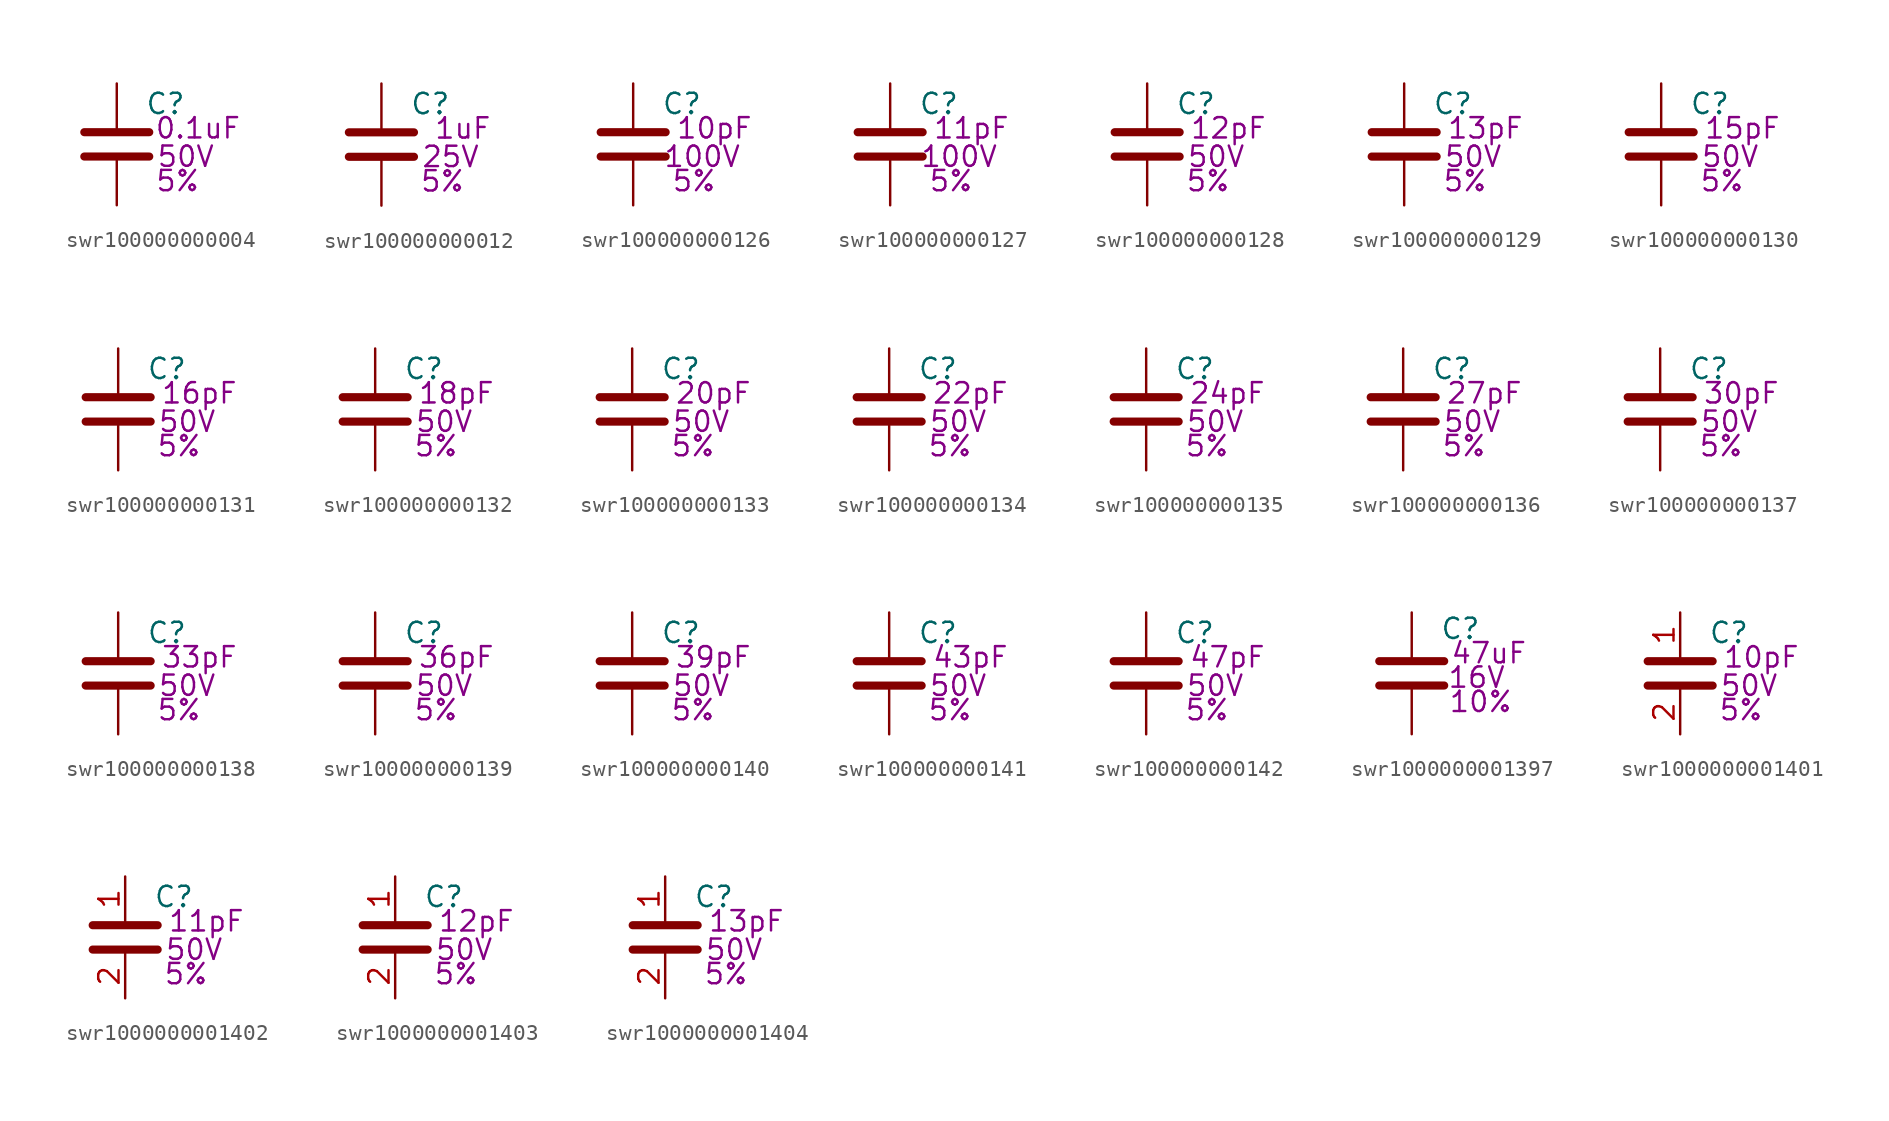
<source format=kicad_sym>
(kicad_symbol_lib
  (version 20220914)
  (generator kicad_symbol_editor)
  (symbol "swr100000000004"
    (pin_numbers hide)
    (pin_names
      (offset 1.016))
    (property "Reference" "C"
      (at 3.048 2.54 0)
      (effects (font (size 1.27 1.27))))
    (property "PartValue" "0.1uF"
      (at 5.08 1.016 0)
      (effects (font (size 1.27 1.27))))
    (property "Voltage" "50V"
      (at 4.318 -0.762 0)
      (effects (font (size 1.27 1.27))))
    (property "Tolerance" "5%"
      (at 3.81 -2.286 0)
      (effects (font (size 1.27 1.27))))
    (symbol "swr100000000004_1_1"
      (polyline (pts (xy -2.032 -0.762) (xy 2.032 -0.762)) (stroke (width 0.508) (type default)) (fill (type none)))
      (polyline (pts (xy -2.032 0.762) (xy 2.032 0.762)) (stroke (width 0.508) (type default)) (fill (type none)))
      (pin passive line (at 0 3.81 270) (length 2.794) (name "~" (effects (font (size 1.27 1.27)))) (number "1" (effects (font (size 1.27 1.27)))))
      (pin passive line (at 0 -3.81 90) (length 2.794) (name "~" (effects (font (size 1.27 1.27)))) (number "2" (effects (font (size 1.27 1.27)))))))
  (symbol "swr100000000012"
    (pin_numbers hide)
    (pin_names
      (offset 1.016))
    (property "Reference" "C"
      (at 3.048 2.54 0)
      (effects (font (size 1.27 1.27))))
    (property "PartValue" "1uF"
      (at 5.08 1.016 0)
      (effects (font (size 1.27 1.27))))
    (property "Voltage" "25V"
      (at 4.318 -0.762 0)
      (effects (font (size 1.27 1.27))))
    (property "Tolerance" "5%"
      (at 3.81 -2.286 0)
      (effects (font (size 1.27 1.27))))
    (symbol "swr100000000012_1_1"
      (polyline (pts (xy -2.032 -0.762) (xy 2.032 -0.762)) (stroke (width 0.508) (type default)) (fill (type none)))
      (polyline (pts (xy -2.032 0.762) (xy 2.032 0.762)) (stroke (width 0.508) (type default)) (fill (type none)))
      (pin passive line (at 0 3.81 270) (length 2.794) (name "~" (effects (font (size 1.27 1.27)))) (number "1" (effects (font (size 1.27 1.27)))))
      (pin passive line (at 0 -3.81 90) (length 2.794) (name "~" (effects (font (size 1.27 1.27)))) (number "2" (effects (font (size 1.27 1.27)))))))
  (symbol "swr100000000126"
    (pin_numbers hide)
    (pin_names
      (offset 1.016))
    (property "Reference" "C"
      (at 3.048 2.54 0)
      (effects (font (size 1.27 1.27))))
    (property "PartValue" "10pF"
      (at 5.08 1.016 0)
      (effects (font (size 1.27 1.27))))
    (property "Voltage" "100V"
      (at 4.318 -0.762 0)
      (effects (font (size 1.27 1.27))))
    (property "Tolerance" "5%"
      (at 3.81 -2.286 0)
      (effects (font (size 1.27 1.27))))
    (symbol "swr100000000126_1_1"
      (polyline (pts (xy -2.032 -0.762) (xy 2.032 -0.762)) (stroke (width 0.508) (type default)) (fill (type none)))
      (polyline (pts (xy -2.032 0.762) (xy 2.032 0.762)) (stroke (width 0.508) (type default)) (fill (type none)))
      (pin passive line (at 0 3.81 270) (length 2.794) (name "~" (effects (font (size 1.27 1.27)))) (number "1" (effects (font (size 1.27 1.27)))))
      (pin passive line (at 0 -3.81 90) (length 2.794) (name "~" (effects (font (size 1.27 1.27)))) (number "2" (effects (font (size 1.27 1.27)))))))
  (symbol "swr100000000127"
    (pin_numbers hide)
    (pin_names
      (offset 1.016))
    (property "Reference" "C"
      (at 3.048 2.54 0)
      (effects (font (size 1.27 1.27))))
    (property "PartValue" "11pF"
      (at 5.08 1.016 0)
      (effects (font (size 1.27 1.27))))
    (property "Voltage" "100V"
      (at 4.318 -0.762 0)
      (effects (font (size 1.27 1.27))))
    (property "Tolerance" "5%"
      (at 3.81 -2.286 0)
      (effects (font (size 1.27 1.27))))
    (symbol "swr100000000127_1_1"
      (polyline (pts (xy -2.032 -0.762) (xy 2.032 -0.762)) (stroke (width 0.508) (type default)) (fill (type none)))
      (polyline (pts (xy -2.032 0.762) (xy 2.032 0.762)) (stroke (width 0.508) (type default)) (fill (type none)))
      (pin passive line (at 0 3.81 270) (length 2.794) (name "~" (effects (font (size 1.27 1.27)))) (number "1" (effects (font (size 1.27 1.27)))))
      (pin passive line (at 0 -3.81 90) (length 2.794) (name "~" (effects (font (size 1.27 1.27)))) (number "2" (effects (font (size 1.27 1.27)))))))
  (symbol "swr100000000128"
    (pin_numbers hide)
    (pin_names
      (offset 1.016))
    (property "Reference" "C"
      (at 3.048 2.54 0)
      (effects (font (size 1.27 1.27))))
    (property "PartValue" "12pF"
      (at 5.08 1.016 0)
      (effects (font (size 1.27 1.27))))
    (property "Voltage" "50V"
      (at 4.318 -0.762 0)
      (effects (font (size 1.27 1.27))))
    (property "Tolerance" "5%"
      (at 3.81 -2.286 0)
      (effects (font (size 1.27 1.27))))
    (symbol "swr100000000128_1_1"
      (polyline (pts (xy -2.032 -0.762) (xy 2.032 -0.762)) (stroke (width 0.508) (type default)) (fill (type none)))
      (polyline (pts (xy -2.032 0.762) (xy 2.032 0.762)) (stroke (width 0.508) (type default)) (fill (type none)))
      (pin passive line (at 0 3.81 270) (length 2.794) (name "~" (effects (font (size 1.27 1.27)))) (number "1" (effects (font (size 1.27 1.27)))))
      (pin passive line (at 0 -3.81 90) (length 2.794) (name "~" (effects (font (size 1.27 1.27)))) (number "2" (effects (font (size 1.27 1.27)))))))
  (symbol "swr100000000129"
    (pin_numbers hide)
    (pin_names
      (offset 1.016))
    (property "Reference" "C"
      (at 3.048 2.54 0)
      (effects (font (size 1.27 1.27))))
    (property "PartValue" "13pF"
      (at 5.08 1.016 0)
      (effects (font (size 1.27 1.27))))
    (property "Voltage" "50V"
      (at 4.318 -0.762 0)
      (effects (font (size 1.27 1.27))))
    (property "Tolerance" "5%"
      (at 3.81 -2.286 0)
      (effects (font (size 1.27 1.27))))
    (symbol "swr100000000129_1_1"
      (polyline (pts (xy -2.032 -0.762) (xy 2.032 -0.762)) (stroke (width 0.508) (type default)) (fill (type none)))
      (polyline (pts (xy -2.032 0.762) (xy 2.032 0.762)) (stroke (width 0.508) (type default)) (fill (type none)))
      (pin passive line (at 0 3.81 270) (length 2.794) (name "~" (effects (font (size 1.27 1.27)))) (number "1" (effects (font (size 1.27 1.27)))))
      (pin passive line (at 0 -3.81 90) (length 2.794) (name "~" (effects (font (size 1.27 1.27)))) (number "2" (effects (font (size 1.27 1.27)))))))
  (symbol "swr100000000130"
    (pin_numbers hide)
    (pin_names
      (offset 1.016))
    (property "Reference" "C"
      (at 3.048 2.54 0)
      (effects (font (size 1.27 1.27))))
    (property "PartValue" "15pF"
      (at 5.08 1.016 0)
      (effects (font (size 1.27 1.27))))
    (property "Voltage" "50V"
      (at 4.318 -0.762 0)
      (effects (font (size 1.27 1.27))))
    (property "Tolerance" "5%"
      (at 3.81 -2.286 0)
      (effects (font (size 1.27 1.27))))
    (symbol "swr100000000130_1_1"
      (polyline (pts (xy -2.032 -0.762) (xy 2.032 -0.762)) (stroke (width 0.508) (type default)) (fill (type none)))
      (polyline (pts (xy -2.032 0.762) (xy 2.032 0.762)) (stroke (width 0.508) (type default)) (fill (type none)))
      (pin passive line (at 0 3.81 270) (length 2.794) (name "~" (effects (font (size 1.27 1.27)))) (number "1" (effects (font (size 1.27 1.27)))))
      (pin passive line (at 0 -3.81 90) (length 2.794) (name "~" (effects (font (size 1.27 1.27)))) (number "2" (effects (font (size 1.27 1.27)))))))
  (symbol "swr100000000131"
    (pin_numbers hide)
    (pin_names
      (offset 1.016))
    (property "Reference" "C"
      (at 3.048 2.54 0)
      (effects (font (size 1.27 1.27))))
    (property "PartValue" "16pF"
      (at 5.08 1.016 0)
      (effects (font (size 1.27 1.27))))
    (property "Voltage" "50V"
      (at 4.318 -0.762 0)
      (effects (font (size 1.27 1.27))))
    (property "Tolerance" "5%"
      (at 3.81 -2.286 0)
      (effects (font (size 1.27 1.27))))
    (symbol "swr100000000131_1_1"
      (polyline (pts (xy -2.032 -0.762) (xy 2.032 -0.762)) (stroke (width 0.508) (type default)) (fill (type none)))
      (polyline (pts (xy -2.032 0.762) (xy 2.032 0.762)) (stroke (width 0.508) (type default)) (fill (type none)))
      (pin passive line (at 0 3.81 270) (length 2.794) (name "~" (effects (font (size 1.27 1.27)))) (number "1" (effects (font (size 1.27 1.27)))))
      (pin passive line (at 0 -3.81 90) (length 2.794) (name "~" (effects (font (size 1.27 1.27)))) (number "2" (effects (font (size 1.27 1.27)))))))
  (symbol "swr100000000132"
    (pin_numbers hide)
    (pin_names
      (offset 1.016))
    (property "Reference" "C"
      (at 3.048 2.54 0)
      (effects (font (size 1.27 1.27))))
    (property "PartValue" "18pF"
      (at 5.08 1.016 0)
      (effects (font (size 1.27 1.27))))
    (property "Voltage" "50V"
      (at 4.318 -0.762 0)
      (effects (font (size 1.27 1.27))))
    (property "Tolerance" "5%"
      (at 3.81 -2.286 0)
      (effects (font (size 1.27 1.27))))
    (symbol "swr100000000132_1_1"
      (polyline (pts (xy -2.032 -0.762) (xy 2.032 -0.762)) (stroke (width 0.508) (type default)) (fill (type none)))
      (polyline (pts (xy -2.032 0.762) (xy 2.032 0.762)) (stroke (width 0.508) (type default)) (fill (type none)))
      (pin passive line (at 0 3.81 270) (length 2.794) (name "~" (effects (font (size 1.27 1.27)))) (number "1" (effects (font (size 1.27 1.27)))))
      (pin passive line (at 0 -3.81 90) (length 2.794) (name "~" (effects (font (size 1.27 1.27)))) (number "2" (effects (font (size 1.27 1.27)))))))
  (symbol "swr100000000133"
    (pin_numbers hide)
    (pin_names
      (offset 1.016))
    (property "Reference" "C"
      (at 3.048 2.54 0)
      (effects (font (size 1.27 1.27))))
    (property "PartValue" "20pF"
      (at 5.08 1.016 0)
      (effects (font (size 1.27 1.27))))
    (property "Voltage" "50V"
      (at 4.318 -0.762 0)
      (effects (font (size 1.27 1.27))))
    (property "Tolerance" "5%"
      (at 3.81 -2.286 0)
      (effects (font (size 1.27 1.27))))
    (symbol "swr100000000133_1_1"
      (polyline (pts (xy -2.032 -0.762) (xy 2.032 -0.762)) (stroke (width 0.508) (type default)) (fill (type none)))
      (polyline (pts (xy -2.032 0.762) (xy 2.032 0.762)) (stroke (width 0.508) (type default)) (fill (type none)))
      (pin passive line (at 0 3.81 270) (length 2.794) (name "~" (effects (font (size 1.27 1.27)))) (number "1" (effects (font (size 1.27 1.27)))))
      (pin passive line (at 0 -3.81 90) (length 2.794) (name "~" (effects (font (size 1.27 1.27)))) (number "2" (effects (font (size 1.27 1.27)))))))
  (symbol "swr100000000134"
    (pin_numbers hide)
    (pin_names
      (offset 1.016))
    (property "Reference" "C"
      (at 3.048 2.54 0)
      (effects (font (size 1.27 1.27))))
    (property "PartValue" "22pF"
      (at 5.08 1.016 0)
      (effects (font (size 1.27 1.27))))
    (property "Voltage" "50V"
      (at 4.318 -0.762 0)
      (effects (font (size 1.27 1.27))))
    (property "Tolerance" "5%"
      (at 3.81 -2.286 0)
      (effects (font (size 1.27 1.27))))
    (symbol "swr100000000134_1_1"
      (polyline (pts (xy -2.032 -0.762) (xy 2.032 -0.762)) (stroke (width 0.508) (type default)) (fill (type none)))
      (polyline (pts (xy -2.032 0.762) (xy 2.032 0.762)) (stroke (width 0.508) (type default)) (fill (type none)))
      (pin passive line (at 0 3.81 270) (length 2.794) (name "~" (effects (font (size 1.27 1.27)))) (number "1" (effects (font (size 1.27 1.27)))))
      (pin passive line (at 0 -3.81 90) (length 2.794) (name "~" (effects (font (size 1.27 1.27)))) (number "2" (effects (font (size 1.27 1.27)))))))
  (symbol "swr100000000135"
    (pin_numbers hide)
    (pin_names
      (offset 1.016))
    (property "Reference" "C"
      (at 3.048 2.54 0)
      (effects (font (size 1.27 1.27))))
    (property "PartValue" "24pF"
      (at 5.08 1.016 0)
      (effects (font (size 1.27 1.27))))
    (property "Voltage" "50V"
      (at 4.318 -0.762 0)
      (effects (font (size 1.27 1.27))))
    (property "Tolerance" "5%"
      (at 3.81 -2.286 0)
      (effects (font (size 1.27 1.27))))
    (symbol "swr100000000135_1_1"
      (polyline (pts (xy -2.032 -0.762) (xy 2.032 -0.762)) (stroke (width 0.508) (type default)) (fill (type none)))
      (polyline (pts (xy -2.032 0.762) (xy 2.032 0.762)) (stroke (width 0.508) (type default)) (fill (type none)))
      (pin passive line (at 0 3.81 270) (length 2.794) (name "~" (effects (font (size 1.27 1.27)))) (number "1" (effects (font (size 1.27 1.27)))))
      (pin passive line (at 0 -3.81 90) (length 2.794) (name "~" (effects (font (size 1.27 1.27)))) (number "2" (effects (font (size 1.27 1.27)))))))
  (symbol "swr100000000136"
    (pin_numbers hide)
    (pin_names
      (offset 1.016))
    (property "Reference" "C"
      (at 3.048 2.54 0)
      (effects (font (size 1.27 1.27))))
    (property "PartValue" "27pF"
      (at 5.08 1.016 0)
      (effects (font (size 1.27 1.27))))
    (property "Voltage" "50V"
      (at 4.318 -0.762 0)
      (effects (font (size 1.27 1.27))))
    (property "Tolerance" "5%"
      (at 3.81 -2.286 0)
      (effects (font (size 1.27 1.27))))
    (symbol "swr100000000136_1_1"
      (polyline (pts (xy -2.032 -0.762) (xy 2.032 -0.762)) (stroke (width 0.508) (type default)) (fill (type none)))
      (polyline (pts (xy -2.032 0.762) (xy 2.032 0.762)) (stroke (width 0.508) (type default)) (fill (type none)))
      (pin passive line (at 0 3.81 270) (length 2.794) (name "~" (effects (font (size 1.27 1.27)))) (number "1" (effects (font (size 1.27 1.27)))))
      (pin passive line (at 0 -3.81 90) (length 2.794) (name "~" (effects (font (size 1.27 1.27)))) (number "2" (effects (font (size 1.27 1.27)))))))
  (symbol "swr100000000137"
    (pin_numbers hide)
    (pin_names
      (offset 1.016))
    (property "Reference" "C"
      (at 3.048 2.54 0)
      (effects (font (size 1.27 1.27))))
    (property "PartValue" "30pF"
      (at 5.08 1.016 0)
      (effects (font (size 1.27 1.27))))
    (property "Voltage" "50V"
      (at 4.318 -0.762 0)
      (effects (font (size 1.27 1.27))))
    (property "Tolerance" "5%"
      (at 3.81 -2.286 0)
      (effects (font (size 1.27 1.27))))
    (symbol "swr100000000137_1_1"
      (polyline (pts (xy -2.032 -0.762) (xy 2.032 -0.762)) (stroke (width 0.508) (type default)) (fill (type none)))
      (polyline (pts (xy -2.032 0.762) (xy 2.032 0.762)) (stroke (width 0.508) (type default)) (fill (type none)))
      (pin passive line (at 0 3.81 270) (length 2.794) (name "~" (effects (font (size 1.27 1.27)))) (number "1" (effects (font (size 1.27 1.27)))))
      (pin passive line (at 0 -3.81 90) (length 2.794) (name "~" (effects (font (size 1.27 1.27)))) (number "2" (effects (font (size 1.27 1.27)))))))
  (symbol "swr100000000138"
    (pin_numbers hide)
    (pin_names
      (offset 1.016))
    (property "Reference" "C"
      (at 3.048 2.54 0)
      (effects (font (size 1.27 1.27))))
    (property "PartValue" "33pF"
      (at 5.08 1.016 0)
      (effects (font (size 1.27 1.27))))
    (property "Voltage" "50V"
      (at 4.318 -0.762 0)
      (effects (font (size 1.27 1.27))))
    (property "Tolerance" "5%"
      (at 3.81 -2.286 0)
      (effects (font (size 1.27 1.27))))
    (symbol "swr100000000138_1_1"
      (polyline (pts (xy -2.032 -0.762) (xy 2.032 -0.762)) (stroke (width 0.508) (type default)) (fill (type none)))
      (polyline (pts (xy -2.032 0.762) (xy 2.032 0.762)) (stroke (width 0.508) (type default)) (fill (type none)))
      (pin passive line (at 0 3.81 270) (length 2.794) (name "~" (effects (font (size 1.27 1.27)))) (number "1" (effects (font (size 1.27 1.27)))))
      (pin passive line (at 0 -3.81 90) (length 2.794) (name "~" (effects (font (size 1.27 1.27)))) (number "2" (effects (font (size 1.27 1.27)))))))
  (symbol "swr100000000139"
    (pin_numbers hide)
    (pin_names
      (offset 1.016))
    (property "Reference" "C"
      (at 3.048 2.54 0)
      (effects (font (size 1.27 1.27))))
    (property "PartValue" "36pF"
      (at 5.08 1.016 0)
      (effects (font (size 1.27 1.27))))
    (property "Voltage" "50V"
      (at 4.318 -0.762 0)
      (effects (font (size 1.27 1.27))))
    (property "Tolerance" "5%"
      (at 3.81 -2.286 0)
      (effects (font (size 1.27 1.27))))
    (symbol "swr100000000139_1_1"
      (polyline (pts (xy -2.032 -0.762) (xy 2.032 -0.762)) (stroke (width 0.508) (type default)) (fill (type none)))
      (polyline (pts (xy -2.032 0.762) (xy 2.032 0.762)) (stroke (width 0.508) (type default)) (fill (type none)))
      (pin passive line (at 0 3.81 270) (length 2.794) (name "~" (effects (font (size 1.27 1.27)))) (number "1" (effects (font (size 1.27 1.27)))))
      (pin passive line (at 0 -3.81 90) (length 2.794) (name "~" (effects (font (size 1.27 1.27)))) (number "2" (effects (font (size 1.27 1.27)))))))
  (symbol "swr100000000140"
    (pin_numbers hide)
    (pin_names
      (offset 1.016))
    (property "Reference" "C"
      (at 3.048 2.54 0)
      (effects (font (size 1.27 1.27))))
    (property "PartValue" "39pF"
      (at 5.08 1.016 0)
      (effects (font (size 1.27 1.27))))
    (property "Voltage" "50V"
      (at 4.318 -0.762 0)
      (effects (font (size 1.27 1.27))))
    (property "Tolerance" "5%"
      (at 3.81 -2.286 0)
      (effects (font (size 1.27 1.27))))
    (symbol "swr100000000140_1_1"
      (polyline (pts (xy -2.032 -0.762) (xy 2.032 -0.762)) (stroke (width 0.508) (type default)) (fill (type none)))
      (polyline (pts (xy -2.032 0.762) (xy 2.032 0.762)) (stroke (width 0.508) (type default)) (fill (type none)))
      (pin passive line (at 0 3.81 270) (length 2.794) (name "~" (effects (font (size 1.27 1.27)))) (number "1" (effects (font (size 1.27 1.27)))))
      (pin passive line (at 0 -3.81 90) (length 2.794) (name "~" (effects (font (size 1.27 1.27)))) (number "2" (effects (font (size 1.27 1.27)))))))
  (symbol "swr100000000141"
    (pin_numbers hide)
    (pin_names
      (offset 1.016))
    (property "Reference" "C"
      (at 3.048 2.54 0)
      (effects (font (size 1.27 1.27))))
    (property "PartValue" "43pF"
      (at 5.08 1.016 0)
      (effects (font (size 1.27 1.27))))
    (property "Voltage" "50V"
      (at 4.318 -0.762 0)
      (effects (font (size 1.27 1.27))))
    (property "Tolerance" "5%"
      (at 3.81 -2.286 0)
      (effects (font (size 1.27 1.27))))
    (symbol "swr100000000141_1_1"
      (polyline (pts (xy -2.032 -0.762) (xy 2.032 -0.762)) (stroke (width 0.508) (type default)) (fill (type none)))
      (polyline (pts (xy -2.032 0.762) (xy 2.032 0.762)) (stroke (width 0.508) (type default)) (fill (type none)))
      (pin passive line (at 0 3.81 270) (length 2.794) (name "~" (effects (font (size 1.27 1.27)))) (number "1" (effects (font (size 1.27 1.27)))))
      (pin passive line (at 0 -3.81 90) (length 2.794) (name "~" (effects (font (size 1.27 1.27)))) (number "2" (effects (font (size 1.27 1.27)))))))
  (symbol "swr100000000142"
    (pin_numbers hide)
    (pin_names
      (offset 1.016))
    (property "Reference" "C"
      (at 3.048 2.54 0)
      (effects (font (size 1.27 1.27))))
    (property "PartValue" "47pF"
      (at 5.08 1.016 0)
      (effects (font (size 1.27 1.27))))
    (property "Voltage" "50V"
      (at 4.318 -0.762 0)
      (effects (font (size 1.27 1.27))))
    (property "Tolerance" "5%"
      (at 3.81 -2.286 0)
      (effects (font (size 1.27 1.27))))
    (symbol "swr100000000142_1_1"
      (polyline (pts (xy -2.032 -0.762) (xy 2.032 -0.762)) (stroke (width 0.508) (type default)) (fill (type none)))
      (polyline (pts (xy -2.032 0.762) (xy 2.032 0.762)) (stroke (width 0.508) (type default)) (fill (type none)))
      (pin passive line (at 0 3.81 270) (length 2.794) (name "~" (effects (font (size 1.27 1.27)))) (number "1" (effects (font (size 1.27 1.27)))))
      (pin passive line (at 0 -3.81 90) (length 2.794) (name "~" (effects (font (size 1.27 1.27)))) (number "2" (effects (font (size 1.27 1.27)))))))
  (symbol "swr1000000001397"
    (pin_numbers hide)
    (pin_names
      (offset 1.016))
    (property "Reference" "C"
      (at 3.048 2.794 0)
      (effects (font (size 1.27 1.27))))
    (property "PartValue" "47uF"
      (at 4.826 1.27 0)
      (effects (font (size 1.27 1.27))))
    (property "Tolerance" "10%"
      (at 4.318 -1.778 0)
      (effects (font (size 1.27 1.27))))
    (property "Voltage" "16V"
      (at 4.064 -0.254 0)
      (effects (font (size 1.27 1.27))))
    (symbol "swr1000000001397_1_1"
      (polyline (pts (xy -2.032 -0.762) (xy 2.032 -0.762)) (stroke (width 0.508) (type default)) (fill (type none)))
      (polyline (pts (xy -2.032 0.762) (xy 2.032 0.762)) (stroke (width 0.508) (type default)) (fill (type none)))
      (pin passive line (at 0 3.81 270) (length 2.794) (name "~" (effects (font (size 1.27 1.27)))) (number "1" (effects (font (size 1.27 1.27)))))
      (pin passive line (at 0 -3.81 90) (length 2.794) (name "~" (effects (font (size 1.27 1.27)))) (number "2" (effects (font (size 1.27 1.27)))))))
  (symbol "swr1000000001401"
    (pin_names
      (offset 1.016))
    (property "Reference" "C"
      (at 3.048 2.54 0)
      (effects (font (size 1.27 1.27))))
    (property "PartValue" "10pF"
      (at 5.08 1.016 0)
      (effects (font (size 1.27 1.27))))
    (property "Voltage" "50V"
      (at 4.318 -0.762 0)
      (effects (font (size 1.27 1.27))))
    (property "Tolerance" "5%"
      (at 3.81 -2.286 0)
      (effects (font (size 1.27 1.27))))
    (symbol "swr1000000001401_1_1"
      (polyline (pts (xy -2.032 -0.762) (xy 2.032 -0.762)) (stroke (width 0.508) (type default)) (fill (type none)))
      (polyline (pts (xy -2.032 0.762) (xy 2.032 0.762)) (stroke (width 0.508) (type default)) (fill (type none)))
      (pin passive line (at 0 3.81 270) (length 2.794) (name "~" (effects (font (size 1.27 1.27)))) (number "1" (effects (font (size 1.27 1.27)))))
      (pin passive line (at 0 -3.81 90) (length 2.794) (name "~" (effects (font (size 1.27 1.27)))) (number "2" (effects (font (size 1.27 1.27)))))))
  (symbol "swr1000000001402"
    (pin_names
      (offset 1.016))
    (property "Reference" "C"
      (at 3.048 2.54 0)
      (effects (font (size 1.27 1.27))))
    (property "PartValue" "11pF"
      (at 5.08 1.016 0)
      (effects (font (size 1.27 1.27))))
    (property "Voltage" "50V"
      (at 4.318 -0.762 0)
      (effects (font (size 1.27 1.27))))
    (property "Tolerance" "5%"
      (at 3.81 -2.286 0)
      (effects (font (size 1.27 1.27))))
    (symbol "swr1000000001402_1_1"
      (polyline (pts (xy -2.032 -0.762) (xy 2.032 -0.762)) (stroke (width 0.508) (type default)) (fill (type none)))
      (polyline (pts (xy -2.032 0.762) (xy 2.032 0.762)) (stroke (width 0.508) (type default)) (fill (type none)))
      (pin passive line (at 0 3.81 270) (length 2.794) (name "~" (effects (font (size 1.27 1.27)))) (number "1" (effects (font (size 1.27 1.27)))))
      (pin passive line (at 0 -3.81 90) (length 2.794) (name "~" (effects (font (size 1.27 1.27)))) (number "2" (effects (font (size 1.27 1.27)))))))
  (symbol "swr1000000001403"
    (pin_names
      (offset 1.016))
    (property "Reference" "C"
      (at 3.048 2.54 0)
      (effects (font (size 1.27 1.27))))
    (property "PartValue" "12pF"
      (at 5.08 1.016 0)
      (effects (font (size 1.27 1.27))))
    (property "Voltage" "50V"
      (at 4.318 -0.762 0)
      (effects (font (size 1.27 1.27))))
    (property "Tolerance" "5%"
      (at 3.81 -2.286 0)
      (effects (font (size 1.27 1.27))))
    (symbol "swr1000000001403_1_1"
      (polyline (pts (xy -2.032 -0.762) (xy 2.032 -0.762)) (stroke (width 0.508) (type default)) (fill (type none)))
      (polyline (pts (xy -2.032 0.762) (xy 2.032 0.762)) (stroke (width 0.508) (type default)) (fill (type none)))
      (pin passive line (at 0 3.81 270) (length 2.794) (name "~" (effects (font (size 1.27 1.27)))) (number "1" (effects (font (size 1.27 1.27)))))
      (pin passive line (at 0 -3.81 90) (length 2.794) (name "~" (effects (font (size 1.27 1.27)))) (number "2" (effects (font (size 1.27 1.27)))))))
  (symbol "swr1000000001404"
    (pin_names
      (offset 1.016))
    (property "Reference" "C"
      (at 3.048 2.54 0)
      (effects (font (size 1.27 1.27))))
    (property "PartValue" "13pF"
      (at 5.08 1.016 0)
      (effects (font (size 1.27 1.27))))
    (property "Voltage" "50V"
      (at 4.318 -0.762 0)
      (effects (font (size 1.27 1.27))))
    (property "Tolerance" "5%"
      (at 3.81 -2.286 0)
      (effects (font (size 1.27 1.27))))
    (symbol "swr1000000001404_1_1"
      (polyline (pts (xy -2.032 -0.762) (xy 2.032 -0.762)) (stroke (width 0.508) (type default)) (fill (type none)))
      (polyline (pts (xy -2.032 0.762) (xy 2.032 0.762)) (stroke (width 0.508) (type default)) (fill (type none)))
      (pin passive line (at 0 3.81 270) (length 2.794) (name "~" (effects (font (size 1.27 1.27)))) (number "1" (effects (font (size 1.27 1.27)))))
      (pin passive line (at 0 -3.81 90) (length 2.794) (name "~" (effects (font (size 1.27 1.27)))) (number "2" (effects (font (size 1.27 1.27))))))))
</source>
